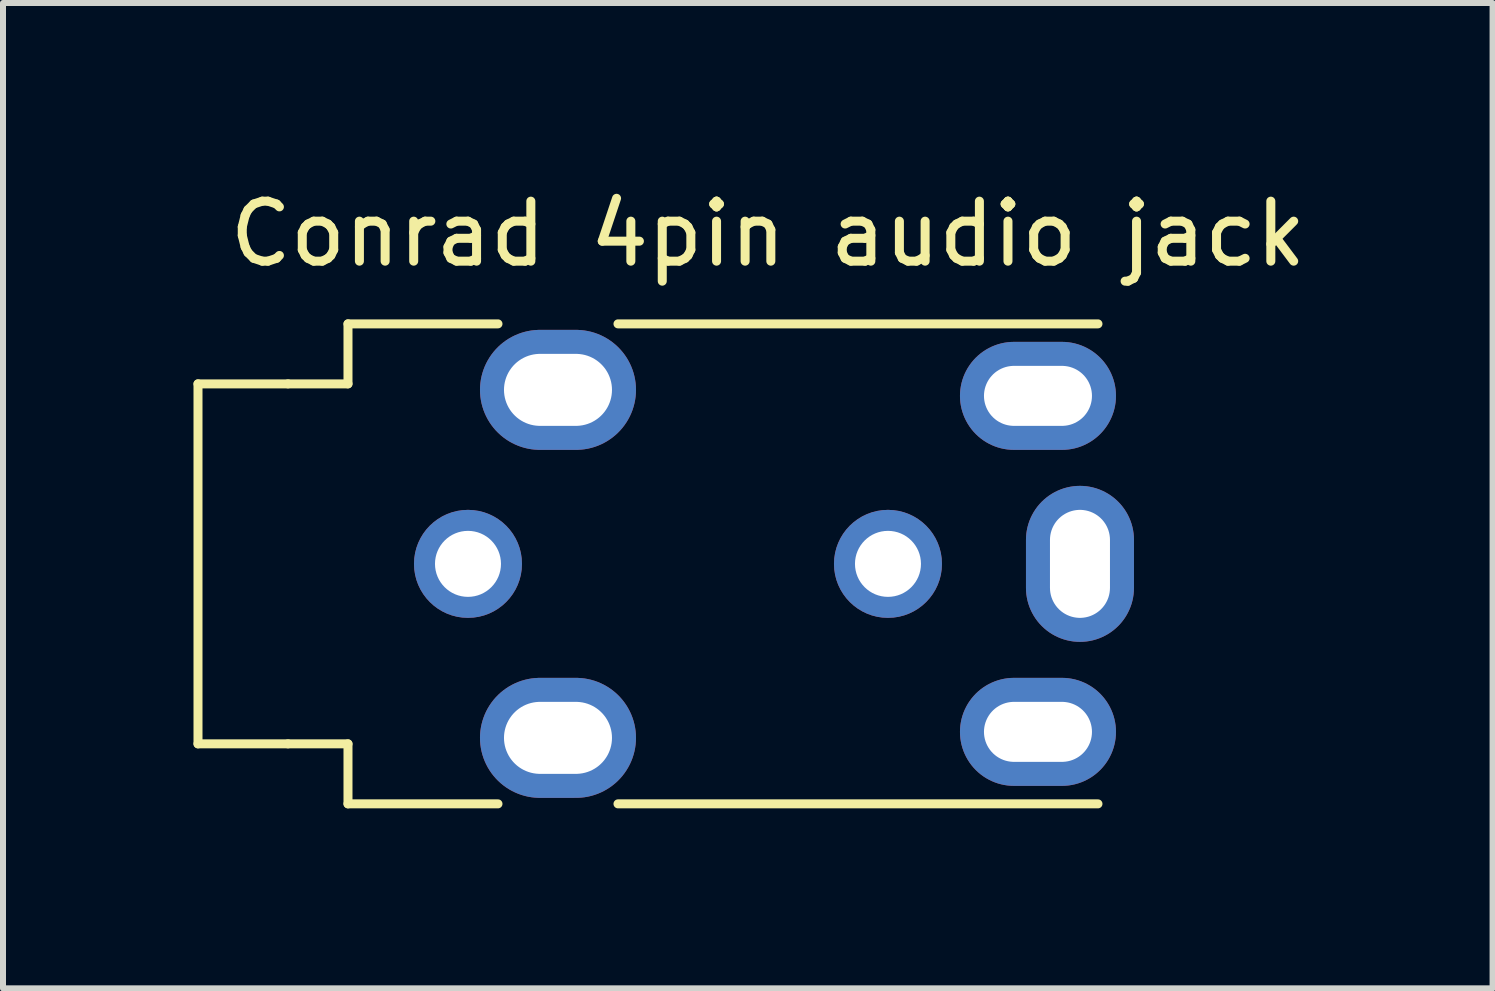
<source format=kicad_pcb>
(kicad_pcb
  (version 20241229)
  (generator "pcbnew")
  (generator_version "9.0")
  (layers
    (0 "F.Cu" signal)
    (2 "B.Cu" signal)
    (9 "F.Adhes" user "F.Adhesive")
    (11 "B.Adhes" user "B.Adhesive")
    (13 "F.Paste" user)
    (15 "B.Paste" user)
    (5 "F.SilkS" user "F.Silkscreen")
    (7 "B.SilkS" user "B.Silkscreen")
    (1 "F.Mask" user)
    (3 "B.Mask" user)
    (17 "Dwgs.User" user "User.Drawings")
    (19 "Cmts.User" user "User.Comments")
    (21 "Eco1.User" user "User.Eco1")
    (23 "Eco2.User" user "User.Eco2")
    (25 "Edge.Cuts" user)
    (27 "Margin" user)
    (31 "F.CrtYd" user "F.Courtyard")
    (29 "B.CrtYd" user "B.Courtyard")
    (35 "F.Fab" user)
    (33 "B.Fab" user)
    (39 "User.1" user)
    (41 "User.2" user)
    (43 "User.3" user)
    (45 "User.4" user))
  (footprint "Conrad 4pin audio jack"
    (layer "F.Cu")
    (at 0.25 6.348)
    (property "Reference" "Conrad 4pin audio jack" (at 9.5 -5.5 0) (layer "F.SilkS") (effects (font (size 1 1) (thickness 0.15))))
    (attr through_hole)
    (fp_line (start 0 -3) (end 1.5 -3) (stroke (width 0.15) (type solid)) (layer "F.SilkS"))
    (fp_line (start 0 3) (end 0 -3) (stroke (width 0.15) (type solid)) (layer "F.SilkS"))
    (fp_line (start 1.5 -3) (end 2.5 -3) (stroke (width 0.15) (type solid)) (layer "F.SilkS"))
    (fp_line (start 1.5 3) (end 0 3) (stroke (width 0.15) (type solid)) (layer "F.SilkS"))
    (fp_line (start 1.5 3) (end 2.5 3) (stroke (width 0.15) (type solid)) (layer "F.SilkS"))
    (fp_line (start 2.5 -4) (end 5 -4) (stroke (width 0.15) (type solid)) (layer "F.SilkS"))
    (fp_line (start 2.5 -3) (end 2.5 -4) (stroke (width 0.15) (type solid)) (layer "F.SilkS"))
    (fp_line (start 2.5 3) (end 2.5 4) (stroke (width 0.15) (type solid)) (layer "F.SilkS"))
    (fp_line (start 2.5 4) (end 5 4) (stroke (width 0.15) (type solid)) (layer "F.SilkS"))
    (fp_line (start 7 -4) (end 15 -4) (stroke (width 0.15) (type solid)) (layer "F.SilkS"))
    (fp_line (start 7 4) (end 15 4) (stroke (width 0.15) (type solid)) (layer "F.SilkS"))
    (pad "" thru_hole circle (at 4.5 0) (size 1.8 1.8) (drill 1.1) (layers "*.Cu" "*.Mask"))
    (pad "" thru_hole circle (at 11.5 0) (size 1.8 1.8) (drill 1.1) (layers "*.Cu" "*.Mask"))
    (pad "R1" thru_hole oval (at 14 2.8) (size 2.6 1.8) (drill oval 1.8 1) (layers "*.Cu" "*.Mask"))
    (pad "R2" thru_hole oval (at 14 -2.8) (size 2.6 1.8) (drill oval 1.8 1) (layers "*.Cu" "*.Mask"))
    (pad "S" thru_hole oval (at 14.7 0) (size 1.8 2.6) (drill oval 1 1.8) (layers "*.Cu" "*.Mask"))
    (pad "T" thru_hole oval (at 6 -2.9) (size 2.6 2) (drill oval 1.8 1.2) (layers "*.Cu" "*.Mask"))
    (pad "T" thru_hole oval (at 6 2.9) (size 2.6 2) (drill oval 1.8 1.2) (layers "*.Cu" "*.Mask")))
  (gr_rect
    (start -3 -3)
    (end 21.827 13.423)
    (stroke (width 0.1) (type default))
    (fill no)
    (layer "Edge.Cuts")))
</source>
